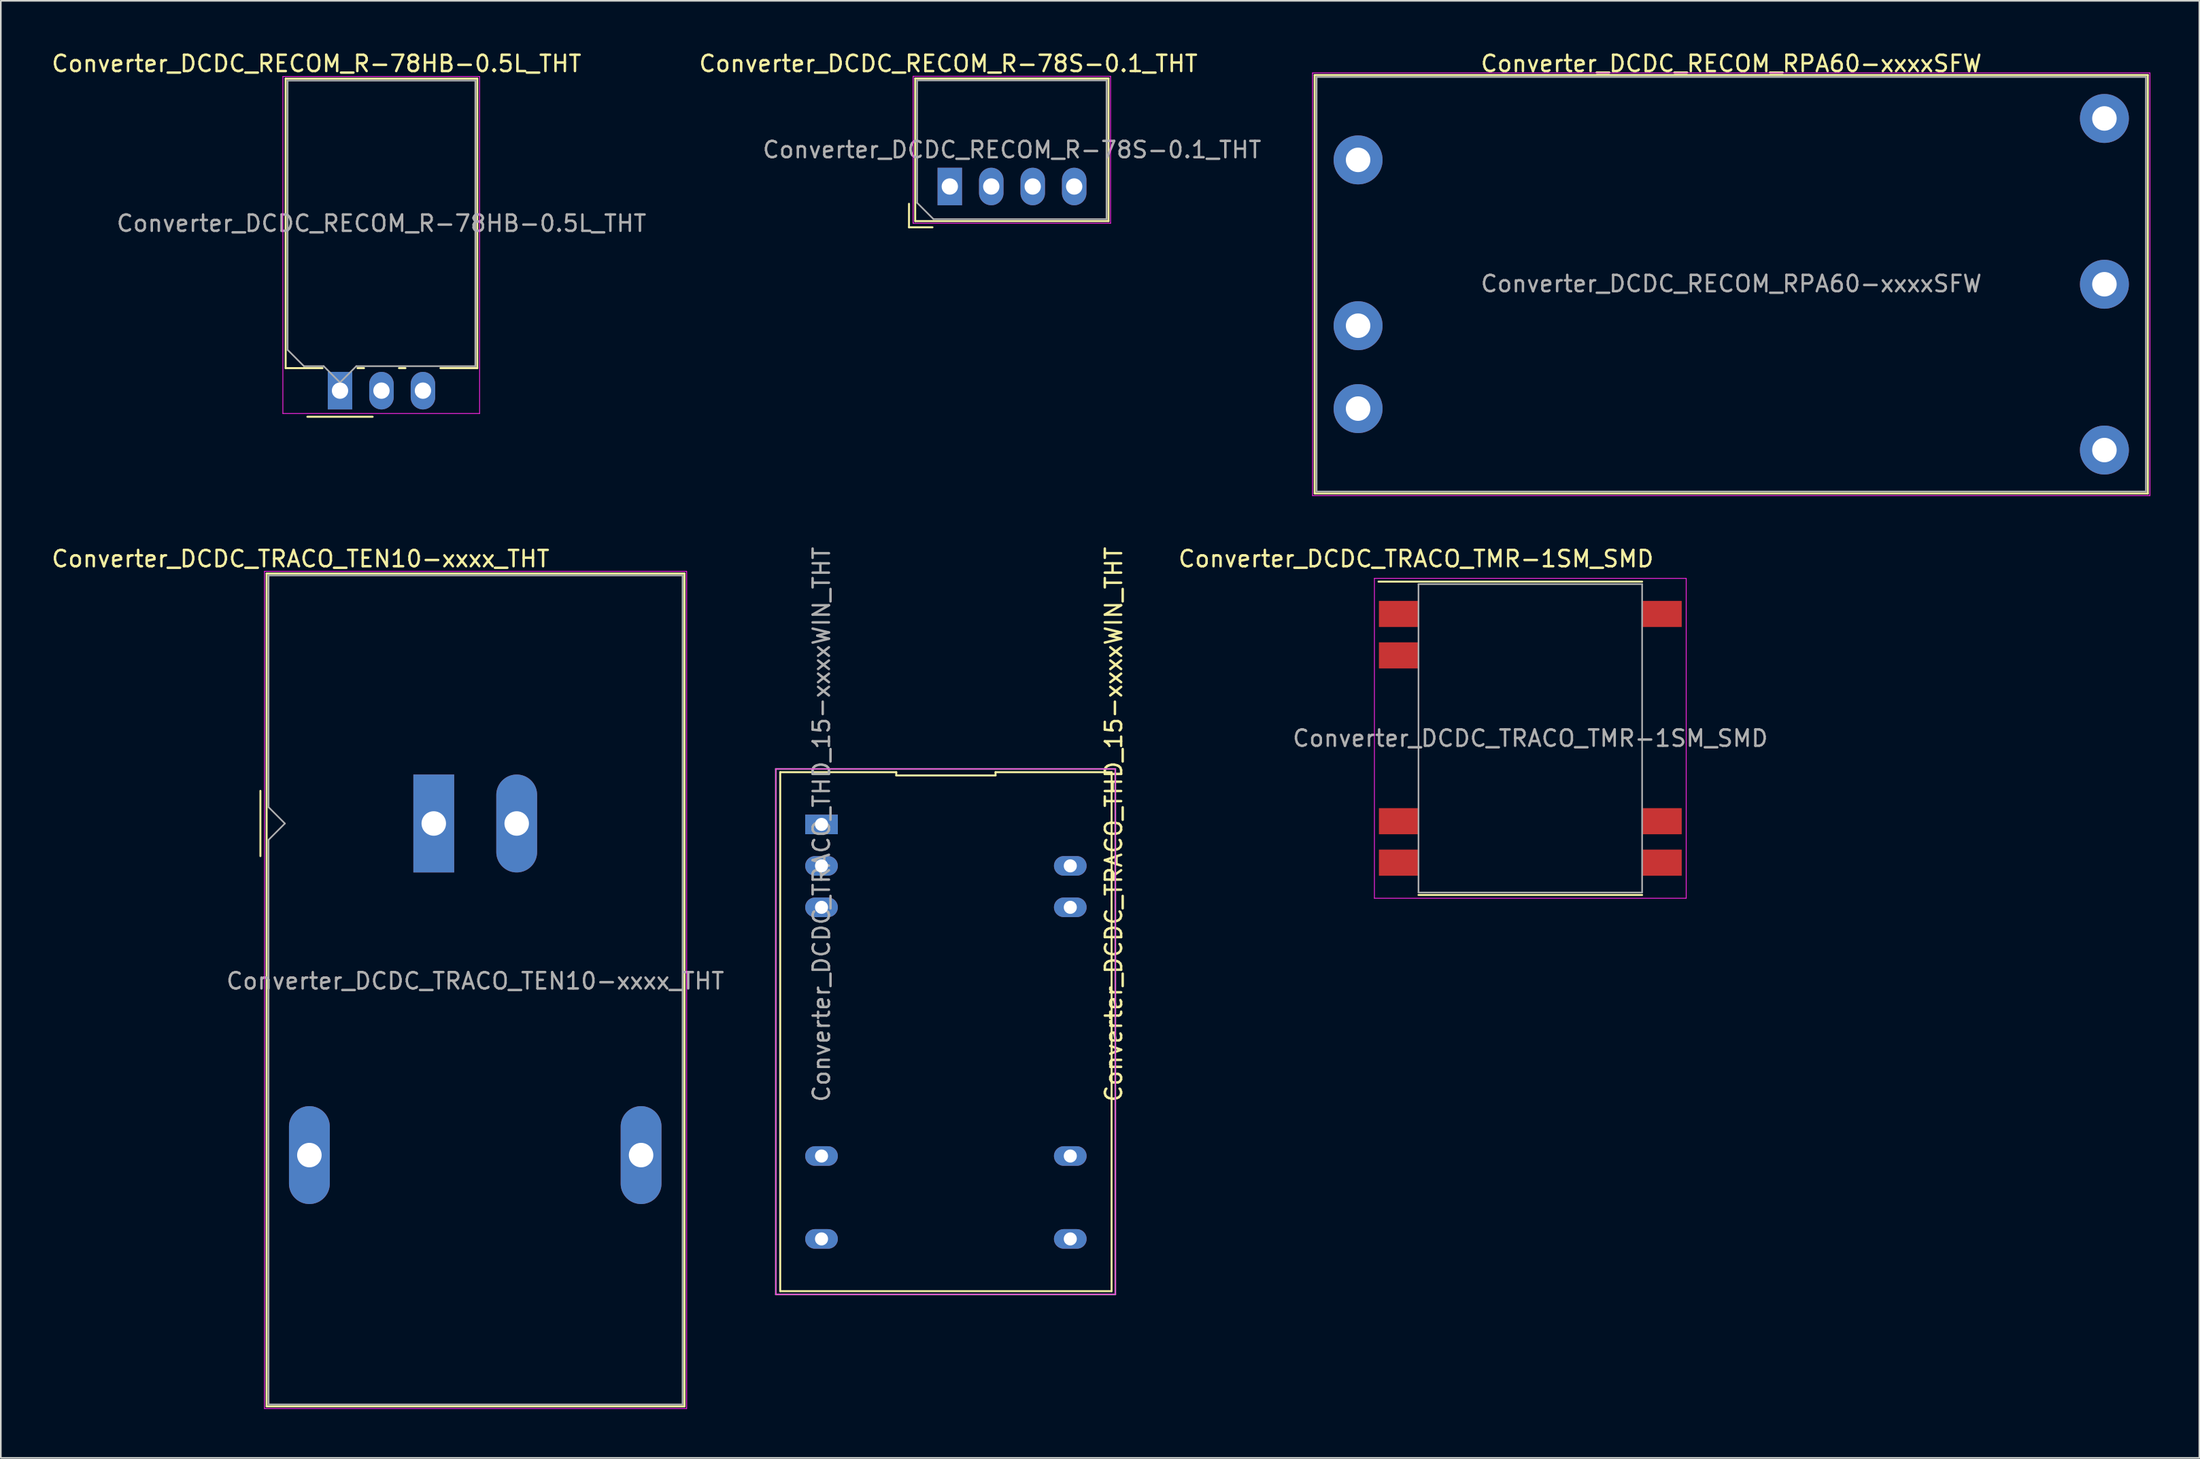
<source format=kicad_pcb>
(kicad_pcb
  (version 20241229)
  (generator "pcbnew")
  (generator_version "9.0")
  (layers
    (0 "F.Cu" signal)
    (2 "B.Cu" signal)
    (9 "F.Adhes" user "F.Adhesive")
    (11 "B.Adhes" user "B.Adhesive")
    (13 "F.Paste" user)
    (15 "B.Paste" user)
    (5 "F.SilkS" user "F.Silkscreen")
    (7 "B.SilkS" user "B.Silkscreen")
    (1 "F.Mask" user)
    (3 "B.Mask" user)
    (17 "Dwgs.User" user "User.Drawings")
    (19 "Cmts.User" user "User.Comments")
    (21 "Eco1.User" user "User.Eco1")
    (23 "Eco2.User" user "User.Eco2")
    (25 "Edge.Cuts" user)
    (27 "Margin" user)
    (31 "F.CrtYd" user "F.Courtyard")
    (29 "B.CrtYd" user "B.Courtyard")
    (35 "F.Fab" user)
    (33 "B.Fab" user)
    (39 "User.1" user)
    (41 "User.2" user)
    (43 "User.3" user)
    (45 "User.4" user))
  (footprint "Converter_DCDC_TRACO_THD_15-xxxxWIN_THT"
    (layer "F.Cu")
    (at 47.276 47.468)
    (property "Reference" "Converter_DCDC_TRACO_THD_15-xxxxWIN_THT" (at 17.9 0 90) (layer "F.SilkS") (effects (font (size 1 1) (thickness 0.15))))
    (attr through_hole)
    (fp_line (start -2.53 -3.2) (end -2.53 28.6) (stroke (width 0.12) (type solid)) (layer "F.SilkS"))
    (fp_line (start -2.53 28.6) (end 17.77 28.6) (stroke (width 0.12) (type solid)) (layer "F.SilkS"))
    (fp_line (start 4.58 -3.2) (end -2.53 -3.2) (stroke (width 0.12) (type solid)) (layer "F.SilkS"))
    (fp_line (start 4.58 -3) (end 4.58 -3.2) (stroke (width 0.12) (type solid)) (layer "F.SilkS"))
    (fp_line (start 10.66 -3.2) (end 10.66 -3) (stroke (width 0.12) (type solid)) (layer "F.SilkS"))
    (fp_line (start 10.66 -3) (end 4.58 -3) (stroke (width 0.12) (type solid)) (layer "F.SilkS"))
    (fp_line (start 17.77 -3.2) (end 10.66 -3.2) (stroke (width 0.12) (type solid)) (layer "F.SilkS"))
    (fp_line (start 17.77 28.6) (end 17.77 -3.2) (stroke (width 0.12) (type solid)) (layer "F.SilkS"))
    (fp_line (start -2.8 -3.4) (end 18 -3.4) (stroke (width 0.05) (type solid)) (layer "F.CrtYd"))
    (fp_line (start -2.8 28.8) (end -2.8 -3.4) (stroke (width 0.05) (type solid)) (layer "F.CrtYd"))
    (fp_line (start 18 -3.4) (end 18 28.79) (stroke (width 0.05) (type solid)) (layer "F.CrtYd"))
    (fp_line (start 18 28.79) (end -2.8 28.8) (stroke (width 0.05) (type solid)) (layer "F.CrtYd"))
    (fp_line (start -2.8 -3.4) (end 18 -3.4) (stroke (width 0.1) (type solid)) (layer "F.Fab"))
    (fp_line (start -2.8 28.8) (end -2.8 -3.4) (stroke (width 0.1) (type solid)) (layer "F.Fab"))
    (fp_line (start 18 -3.4) (end 18 28.8) (stroke (width 0.1) (type solid)) (layer "F.Fab"))
    (fp_line (start 18 28.8) (end -2.8 28.8) (stroke (width 0.1) (type solid)) (layer "F.Fab"))
    (fp_text user "${REFERENCE}" (at 0 0 270) (layer "F.Fab") (effects (font (size 1 1) (thickness 0.15))))
    (pad "1" thru_hole rect (at 0 0 270) (size 1.2 2) (drill 0.8) (layers "*.Cu" "*.Mask"))
    (pad "2" thru_hole oval (at 0 2.54 270) (size 1.2 2) (drill 0.8) (layers "*.Cu" "*.Mask"))
    (pad "3" thru_hole oval (at 0 5.08 270) (size 1.2 2) (drill 0.8) (layers "*.Cu" "*.Mask"))
    (pad "9" thru_hole oval (at 0 20.32 270) (size 1.2 2) (drill 0.8) (layers "*.Cu" "*.Mask"))
    (pad "11" thru_hole oval (at 0 25.4 270) (size 1.2 2) (drill 0.8) (layers "*.Cu" "*.Mask"))
    (pad "14" thru_hole oval (at 15.24 25.4 270) (size 1.2 2) (drill 0.8) (layers "*.Cu" "*.Mask"))
    (pad "16" thru_hole oval (at 15.24 20.32 270) (size 1.2 2) (drill 0.8) (layers "*.Cu" "*.Mask"))
    (pad "22" thru_hole oval (at 15.24 5.08 270) (size 1.2 2) (drill 0.8) (layers "*.Cu" "*.Mask"))
    (pad "23" thru_hole oval (at 15.24 2.54 270) (size 1.2 2) (drill 0.8) (layers "*.Cu" "*.Mask")))
  (footprint "Converter_DCDC_TRACO_TEN10-xxxx_THT"
    (layer "F.Cu")
    (at 23.523 47.411)
    (property "Reference" "Converter_DCDC_TRACO_TEN10-xxxx_THT" (at -8.16 -16.22 180) (layer "F.SilkS") (effects (font (size 1 1) (thickness 0.15))))
    (attr through_hole)
    (fp_line (start -10.62 -2) (end -10.62 2) (stroke (width 0.12) (type solid)) (layer "F.SilkS"))
    (fp_line (start -10.24 -15.32) (end 15.36 -15.32) (stroke (width 0.12) (type solid)) (layer "F.SilkS"))
    (fp_line (start -10.24 35.72) (end -10.24 -15.32) (stroke (width 0.12) (type solid)) (layer "F.SilkS"))
    (fp_line (start 15.36 -15.32) (end 15.36 35.72) (stroke (width 0.12) (type solid)) (layer "F.SilkS"))
    (fp_line (start 15.36 35.72) (end -10.24 35.72) (stroke (width 0.12) (type solid)) (layer "F.SilkS"))
    (fp_line (start -10.37 -15.45) (end 15.49 -15.45) (stroke (width 0.05) (type solid)) (layer "F.CrtYd"))
    (fp_line (start -10.37 35.85) (end -10.37 -15.45) (stroke (width 0.05) (type solid)) (layer "F.CrtYd"))
    (fp_line (start -10.37 35.85) (end 15.49 35.85) (stroke (width 0.05) (type solid)) (layer "F.CrtYd"))
    (fp_line (start 15.49 35.85) (end 15.49 -15.45) (stroke (width 0.05) (type solid)) (layer "F.CrtYd"))
    (fp_line (start -10.12 -1) (end -10.12 -15.2) (stroke (width 0.1) (type solid)) (layer "F.Fab"))
    (fp_line (start -10.12 1) (end -10.12 35.6) (stroke (width 0.1) (type solid)) (layer "F.Fab"))
    (fp_line (start -10.12 1) (end -9.12 0) (stroke (width 0.1) (type solid)) (layer "F.Fab"))
    (fp_line (start -10.12 35.6) (end 15.24 35.6) (stroke (width 0.1) (type solid)) (layer "F.Fab"))
    (fp_line (start -9.12 0) (end -10.12 -1) (stroke (width 0.1) (type solid)) (layer "F.Fab"))
    (fp_line (start 15.24 -15.2) (end -10.12 -15.2) (stroke (width 0.1) (type solid)) (layer "F.Fab"))
    (fp_line (start 15.24 35.6) (end 15.24 -15.2) (stroke (width 0.1) (type solid)) (layer "F.Fab"))
    (fp_text user "${REFERENCE}" (at 2.54 9.652 0) (layer "F.Fab") (effects (font (size 1 1) (thickness 0.15))))
    (pad "1" thru_hole rect (at 0 0 90) (size 6 2.5) (drill 1.5) (layers "*.Cu" "*.Mask"))
    (pad "2" thru_hole oval (at 5.08 0 90) (size 6 2.5) (drill 1.5) (layers "*.Cu" "*.Mask"))
    (pad "3" thru_hole oval (at -7.62 20.32 90) (size 6 2.5) (drill 1.5) (layers "*.Cu" "*.Mask"))
    (pad "5" thru_hole oval (at 12.7 20.32 90) (size 6 2.5) (drill 1.5) (layers "*.Cu" "*.Mask")))
  (footprint "Converter_DCDC_TRACO_TMR-1SM_SMD"
    (layer "F.Cu")
    (at 90.697 42.191)
    (property "Reference" "Converter_DCDC_TRACO_TMR-1SM_SMD" (at -7 -11 0) (layer "F.SilkS") (effects (font (size 1 1) (thickness 0.15))))
    (attr smd)
    (fp_line (start -9.3 -9.6) (end 6.85 -9.6) (stroke (width 0.12) (type solid)) (layer "F.SilkS"))
    (fp_line (start -6.85 9.6) (end 6.85 9.6) (stroke (width 0.12) (type solid)) (layer "F.SilkS"))
    (fp_line (start -9.55 -9.8) (end -9.55 9.8) (stroke (width 0.05) (type solid)) (layer "F.CrtYd"))
    (fp_line (start -9.55 -9.8) (end 9.55 -9.8) (stroke (width 0.05) (type solid)) (layer "F.CrtYd"))
    (fp_line (start -9.55 9.8) (end 9.55 9.8) (stroke (width 0.05) (type solid)) (layer "F.CrtYd"))
    (fp_line (start 9.55 -9.8) (end 9.55 9.8) (stroke (width 0.05) (type solid)) (layer "F.CrtYd"))
    (fp_line (start -6.85 -9.45) (end -6.85 9.45) (stroke (width 0.1) (type solid)) (layer "F.Fab"))
    (fp_line (start 6.85 -9.45) (end -6.85 -9.45) (stroke (width 0.1) (type solid)) (layer "F.Fab"))
    (fp_line (start 6.85 -9.45) (end 6.85 9.45) (stroke (width 0.1) (type solid)) (layer "F.Fab"))
    (fp_line (start 6.85 9.45) (end -6.85 9.45) (stroke (width 0.1) (type solid)) (layer "F.Fab"))
    (fp_text user "${REFERENCE}" (at 0 0 180) (layer "F.Fab") (effects (font (size 1 1) (thickness 0.15))))
    (pad "1" smd rect (at -8.075 -7.62) (size 2.4 1.6) (layers "F.Cu" "F.Mask" "F.Paste"))
    (pad "2" smd rect (at -8.075 -5.08) (size 2.4 1.6) (layers "F.Cu" "F.Mask" "F.Paste"))
    (pad "6" smd rect (at -8.075 5.08) (size 2.4 1.6) (layers "F.Cu" "F.Mask" "F.Paste"))
    (pad "7" smd rect (at -8.075 7.62) (size 2.4 1.6) (layers "F.Cu" "F.Mask" "F.Paste"))
    (pad "8" smd rect (at 8.075 7.62) (size 2.4 1.6) (layers "F.Cu" "F.Mask" "F.Paste"))
    (pad "9" smd rect (at 8.075 5.08) (size 2.4 1.6) (layers "F.Cu" "F.Mask" "F.Paste"))
    (pad "14" smd rect (at 8.075 -7.62) (size 2.4 1.6) (layers "F.Cu" "F.Mask" "F.Paste")))
  (footprint "Converter_DCDC_RECOM_RPA60-xxxxSFW"
    (layer "F.Cu")
    (at 80.147 21.988)
    (property "Reference" "Converter_DCDC_RECOM_RPA60-xxxxSFW" (at 22.86 -21.14 0) (layer "F.SilkS") (effects (font (size 1 1) (thickness 0.15))))
    (attr through_hole)
    (fp_line (start -2.66 -20.44) (end 48.38 -20.44) (stroke (width 0.12) (type solid)) (layer "F.SilkS"))
    (fp_line (start -2.66 5.2) (end -2.66 -20.44) (stroke (width 0.12) (type solid)) (layer "F.SilkS"))
    (fp_line (start 48.38 -20.44) (end 48.38 5.2) (stroke (width 0.12) (type solid)) (layer "F.SilkS"))
    (fp_line (start 48.38 5.2) (end -2.66 5.2) (stroke (width 0.12) (type solid)) (layer "F.SilkS"))
    (fp_line (start -2.79 -20.57) (end 48.51 -20.57) (stroke (width 0.05) (type solid)) (layer "F.CrtYd"))
    (fp_line (start -2.79 5.33) (end -2.79 -20.57) (stroke (width 0.05) (type solid)) (layer "F.CrtYd"))
    (fp_line (start 48.51 -20.57) (end 48.51 5.33) (stroke (width 0.05) (type solid)) (layer "F.CrtYd"))
    (fp_line (start 48.51 5.33) (end -2.79 5.33) (stroke (width 0.05) (type solid)) (layer "F.CrtYd"))
    (fp_line (start -2.54 5.08) (end -2.54 -20.32) (stroke (width 0.1) (type solid)) (layer "F.Fab"))
    (fp_line (start 48.26 -20.32) (end -2.54 -20.32) (stroke (width 0.1) (type solid)) (layer "F.Fab"))
    (fp_line (start 48.26 5.08) (end -2.54 5.08) (stroke (width 0.1) (type solid)) (layer "F.Fab"))
    (fp_line (start 48.26 5.08) (end 48.26 -20.32) (stroke (width 0.1) (type solid)) (layer "F.Fab"))
    (fp_text user "${REFERENCE}" (at 22.86 -7.65 0) (layer "F.Fab") (effects (font (size 1 1) (thickness 0.15))))
    (pad "1" thru_hole circle (at 0 0) (size 3 3) (drill 1.5) (layers "*.Cu" "*.Mask"))
    (pad "2" thru_hole circle (at 0 -5.08) (size 3 3) (drill 1.5) (layers "*.Cu" "*.Mask"))
    (pad "3" thru_hole circle (at 0 -15.24) (size 3 3) (drill 1.5) (layers "*.Cu" "*.Mask"))
    (pad "4" thru_hole circle (at 45.72 -17.78) (size 3 3) (drill 1.5) (layers "*.Cu" "*.Mask"))
    (pad "5" thru_hole circle (at 45.72 -7.62) (size 3 3) (drill 1.5) (layers "*.Cu" "*.Mask"))
    (pad "6" thru_hole circle (at 45.72 2.54) (size 3 3) (drill 1.5) (layers "*.Cu" "*.Mask")))
  (footprint "Converter_DCDC_RECOM_R-78S-0.1_THT"
    (layer "F.Cu")
    (at 55.135 8.378)
    (property "Reference" "Converter_DCDC_RECOM_R-78S-0.1_THT" (at -0.09 -7.53 0) (layer "F.SilkS") (effects (font (size 1 1) (thickness 0.15))))
    (attr through_hole)
    (fp_line (start -2.5 1.06) (end -2.5 2.5) (stroke (width 0.12) (type solid)) (layer "F.SilkS"))
    (fp_line (start -2.5 2.5) (end -1.06 2.5) (stroke (width 0.12) (type solid)) (layer "F.SilkS"))
    (fp_line (start -2.12 -6.62) (end -2.12 2.12) (stroke (width 0.12) (type solid)) (layer "F.SilkS"))
    (fp_line (start -2.12 -6.62) (end 9.72 -6.62) (stroke (width 0.12) (type solid)) (layer "F.SilkS"))
    (fp_line (start -2.12 2.12) (end 9.72 2.12) (stroke (width 0.12) (type solid)) (layer "F.SilkS"))
    (fp_line (start 9.72 -6.62) (end 9.72 2.12) (stroke (width 0.12) (type solid)) (layer "F.SilkS"))
    (fp_line (start -2.25 -6.75) (end -2.25 2.25) (stroke (width 0.05) (type solid)) (layer "F.CrtYd"))
    (fp_line (start -2.25 2.25) (end 9.85 2.25) (stroke (width 0.05) (type solid)) (layer "F.CrtYd"))
    (fp_line (start 9.85 -6.75) (end -2.25 -6.75) (stroke (width 0.05) (type solid)) (layer "F.CrtYd"))
    (fp_line (start 9.85 2.25) (end 9.85 -6.75) (stroke (width 0.05) (type solid)) (layer "F.CrtYd"))
    (fp_line (start -2 -6.5) (end 9.6 -6.5) (stroke (width 0.1) (type solid)) (layer "F.Fab"))
    (fp_line (start -2 1) (end -2 -6.5) (stroke (width 0.1) (type solid)) (layer "F.Fab"))
    (fp_line (start -1 2) (end -2 1) (stroke (width 0.1) (type solid)) (layer "F.Fab"))
    (fp_line (start 9.6 -6.5) (end 9.6 2) (stroke (width 0.1) (type solid)) (layer "F.Fab"))
    (fp_line (start 9.6 2) (end -1 2) (stroke (width 0.1) (type solid)) (layer "F.Fab"))
    (fp_text user "${REFERENCE}" (at 3.81 -2.25 0) (layer "F.Fab") (effects (font (size 1 1) (thickness 0.15))))
    (pad "1" thru_hole rect (at 0 0) (size 1.5 2.3) (drill 1) (layers "*.Cu" "*.Mask"))
    (pad "2" thru_hole oval (at 2.54 0) (size 1.5 2.3) (drill 1) (layers "*.Cu" "*.Mask"))
    (pad "3" thru_hole oval (at 5.08 0) (size 1.5 2.3) (drill 1) (layers "*.Cu" "*.Mask"))
    (pad "4" thru_hole oval (at 7.62 0) (size 1.5 2.3) (drill 1) (layers "*.Cu" "*.Mask")))
  (footprint "Converter_DCDC_RECOM_R-78HB-0.5L_THT"
    (layer "F.Cu")
    (at 17.779 20.888)
    (property "Reference" "Converter_DCDC_RECOM_R-78HB-0.5L_THT" (at -1.44 -20.04 0) (layer "F.SilkS") (effects (font (size 1 1) (thickness 0.15))))
    (attr through_hole)
    (fp_line (start -3.33 -19.12) (end -3.33 -1.38) (stroke (width 0.12) (type solid)) (layer "F.SilkS"))
    (fp_line (start -3.33 -19.12) (end 8.41 -19.12) (stroke (width 0.12) (type solid)) (layer "F.SilkS"))
    (fp_line (start -3.33 -1.38) (end -1.07 -1.38) (stroke (width 0.12) (type solid)) (layer "F.SilkS"))
    (fp_line (start -2 1.6) (end 2 1.6) (stroke (width 0.12) (type solid)) (layer "F.SilkS"))
    (fp_line (start 1.07 -1.38) (end 1.471 -1.38) (stroke (width 0.12) (type solid)) (layer "F.SilkS"))
    (fp_line (start 3.61 -1.38) (end 4.01 -1.38) (stroke (width 0.12) (type solid)) (layer "F.SilkS"))
    (fp_line (start 6.15 -1.38) (end 8.41 -1.38) (stroke (width 0.12) (type solid)) (layer "F.SilkS"))
    (fp_line (start 8.41 -19.12) (end 8.41 -1.38) (stroke (width 0.12) (type solid)) (layer "F.SilkS"))
    (fp_line (start -3.5 -19.25) (end -3.5 1.4) (stroke (width 0.05) (type solid)) (layer "F.CrtYd"))
    (fp_line (start -3.5 1.4) (end 8.55 1.4) (stroke (width 0.05) (type solid)) (layer "F.CrtYd"))
    (fp_line (start 8.55 -19.25) (end -3.5 -19.25) (stroke (width 0.05) (type solid)) (layer "F.CrtYd"))
    (fp_line (start 8.55 1.4) (end 8.55 -19.25) (stroke (width 0.05) (type solid)) (layer "F.CrtYd"))
    (fp_line (start -3.21 -19) (end 8.29 -19) (stroke (width 0.1) (type solid)) (layer "F.Fab"))
    (fp_line (start -3.21 -2.5) (end -3.21 -19) (stroke (width 0.1) (type solid)) (layer "F.Fab"))
    (fp_line (start -2.21 -1.5) (end -3.21 -2.5) (stroke (width 0.1) (type solid)) (layer "F.Fab"))
    (fp_line (start -1 -1.5) (end -2.21 -1.5) (stroke (width 0.1) (type solid)) (layer "F.Fab"))
    (fp_line (start -1 -1.5) (end 0 -0.5) (stroke (width 0.1) (type solid)) (layer "F.Fab"))
    (fp_line (start 0 -0.5) (end 1 -1.5) (stroke (width 0.1) (type solid)) (layer "F.Fab"))
    (fp_line (start 8.29 -19) (end 8.29 -1.5) (stroke (width 0.1) (type solid)) (layer "F.Fab"))
    (fp_line (start 8.29 -1.5) (end 1 -1.5) (stroke (width 0.1) (type solid)) (layer "F.Fab"))
    (fp_text user "${REFERENCE}" (at 2.54 -10.25 0) (layer "F.Fab") (effects (font (size 1 1) (thickness 0.15))))
    (pad "1" thru_hole rect (at 0 0) (size 1.5 2.3) (drill 1) (layers "*.Cu" "*.Mask"))
    (pad "2" thru_hole oval (at 2.54 0) (size 1.5 2.3) (drill 1) (layers "*.Cu" "*.Mask"))
    (pad "3" thru_hole oval (at 5.08 0) (size 1.5 2.3) (drill 1) (layers "*.Cu" "*.Mask")))
  (gr_rect
    (start -3 -3)
    (end 131.682 86.287)
    (stroke (width 0.1) (type default))
    (fill no)
    (layer "Edge.Cuts")))
</source>
